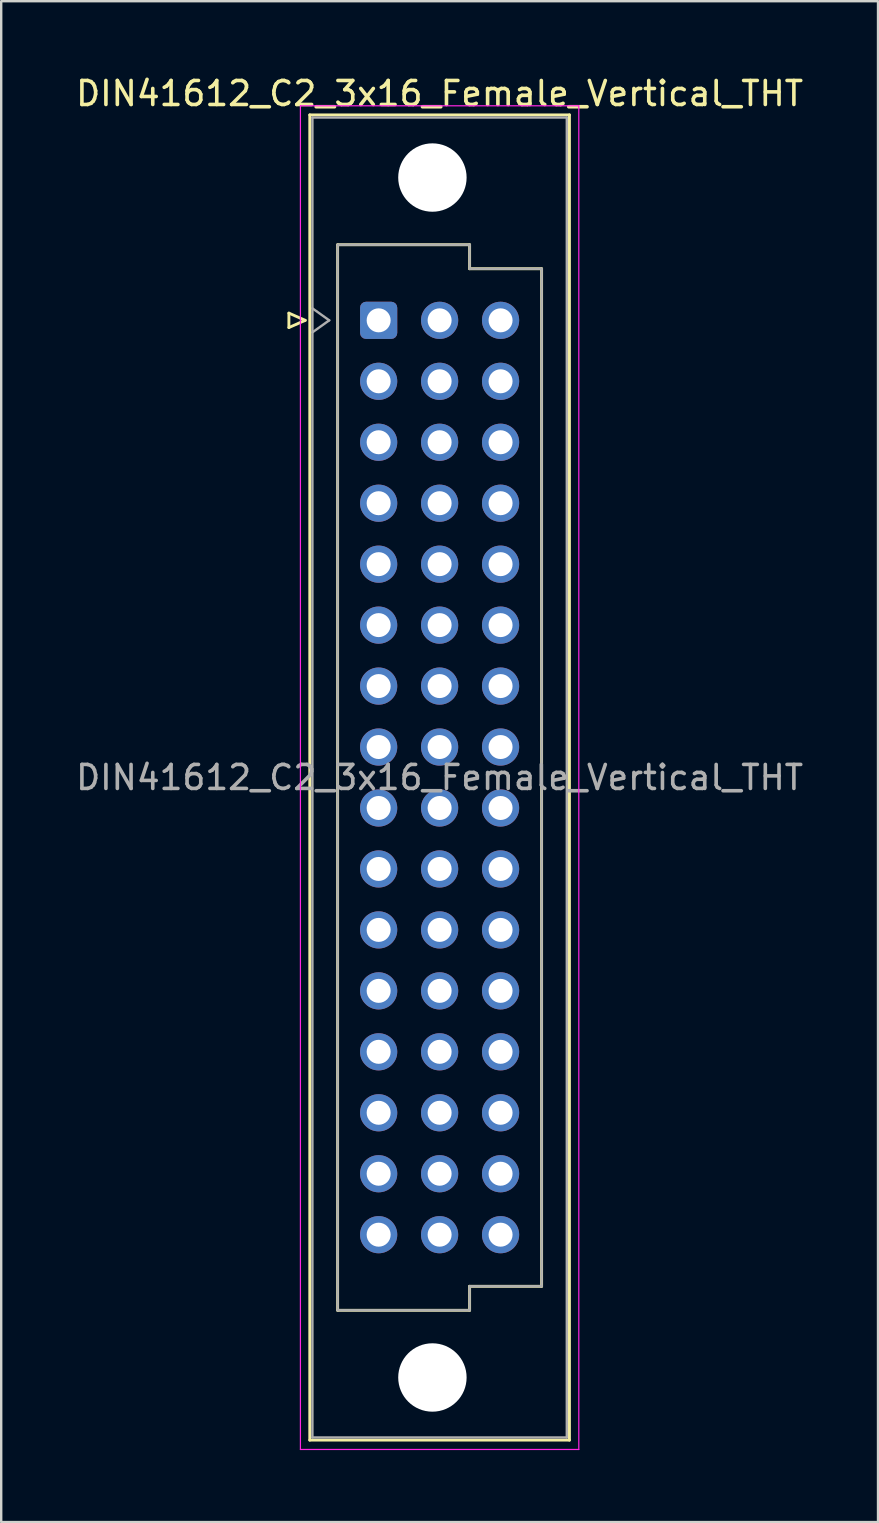
<source format=kicad_pcb>
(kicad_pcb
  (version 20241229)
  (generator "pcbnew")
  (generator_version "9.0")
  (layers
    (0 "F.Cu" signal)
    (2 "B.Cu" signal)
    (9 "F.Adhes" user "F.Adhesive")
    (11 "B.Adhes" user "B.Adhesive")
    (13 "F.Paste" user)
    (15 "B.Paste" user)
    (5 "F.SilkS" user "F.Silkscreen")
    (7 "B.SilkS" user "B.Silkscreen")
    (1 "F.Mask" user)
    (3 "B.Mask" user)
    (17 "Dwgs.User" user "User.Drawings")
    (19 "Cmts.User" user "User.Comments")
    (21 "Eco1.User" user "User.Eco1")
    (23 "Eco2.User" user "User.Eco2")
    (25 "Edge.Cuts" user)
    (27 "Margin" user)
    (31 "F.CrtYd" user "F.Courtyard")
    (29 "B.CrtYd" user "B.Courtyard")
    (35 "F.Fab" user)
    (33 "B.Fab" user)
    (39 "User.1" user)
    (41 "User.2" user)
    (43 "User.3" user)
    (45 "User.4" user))
  (footprint "DIN41612_C2_3x16_Female_Vertical_THT"
    (layer "F.Cu")
    (at 12.728 10.298)
    (property "Reference" "DIN41612_C2_3x16_Female_Vertical_THT" (at 2.54 -9.45 0) (layer "F.SilkS") (effects (font (size 1 1) (thickness 0.15))))
    (attr through_hole)
    (fp_line (start -3.74 -0.3) (end -3.74 0.3) (stroke (width 0.12) (type solid)) (layer "F.SilkS"))
    (fp_line (start -3.74 0.3) (end -3.06 0) (stroke (width 0.12) (type solid)) (layer "F.SilkS"))
    (fp_line (start -3.06 0) (end -3.74 -0.3) (stroke (width 0.12) (type solid)) (layer "F.SilkS"))
    (fp_line (start -2.87 -8.56) (end 7.95 -8.56) (stroke (width 0.12) (type solid)) (layer "F.SilkS"))
    (fp_line (start -2.87 46.66) (end -2.87 -8.56) (stroke (width 0.12) (type solid)) (layer "F.SilkS"))
    (fp_line (start -1.71 -3.15) (end 3.79 -3.15) (stroke (width 0.12) (type solid)) (layer "F.SilkS"))
    (fp_line (start -1.71 41.25) (end -1.71 -3.15) (stroke (width 0.12) (type solid)) (layer "F.SilkS"))
    (fp_line (start 3.79 -3.15) (end 3.79 -2.15) (stroke (width 0.12) (type solid)) (layer "F.SilkS"))
    (fp_line (start 3.79 -2.15) (end 6.79 -2.15) (stroke (width 0.12) (type solid)) (layer "F.SilkS"))
    (fp_line (start 3.79 40.25) (end 3.79 41.25) (stroke (width 0.12) (type solid)) (layer "F.SilkS"))
    (fp_line (start 3.79 41.25) (end -1.71 41.25) (stroke (width 0.12) (type solid)) (layer "F.SilkS"))
    (fp_line (start 6.79 -2.15) (end 6.79 40.25) (stroke (width 0.12) (type solid)) (layer "F.SilkS"))
    (fp_line (start 6.79 40.25) (end 3.79 40.25) (stroke (width 0.12) (type solid)) (layer "F.SilkS"))
    (fp_line (start 7.95 -8.56) (end 7.95 46.66) (stroke (width 0.12) (type solid)) (layer "F.SilkS"))
    (fp_line (start 7.95 46.66) (end -2.87 46.66) (stroke (width 0.12) (type solid)) (layer "F.SilkS"))
    (fp_line (start -3.26 -8.94) (end 8.34 -8.94) (stroke (width 0.05) (type solid)) (layer "F.CrtYd"))
    (fp_line (start -3.26 47.05) (end -3.26 -8.94) (stroke (width 0.05) (type solid)) (layer "F.CrtYd"))
    (fp_line (start 8.34 -8.94) (end 8.34 47.05) (stroke (width 0.05) (type solid)) (layer "F.CrtYd"))
    (fp_line (start 8.34 47.05) (end -3.26 47.05) (stroke (width 0.05) (type solid)) (layer "F.CrtYd"))
    (fp_line (start -2.76 -8.45) (end 7.84 -8.45) (stroke (width 0.1) (type solid)) (layer "F.Fab"))
    (fp_line (start -2.76 -0.5) (end -2.06 0) (stroke (width 0.1) (type solid)) (layer "F.Fab"))
    (fp_line (start -2.76 46.55) (end -2.76 -8.45) (stroke (width 0.1) (type solid)) (layer "F.Fab"))
    (fp_line (start -2.06 0) (end -2.76 0.5) (stroke (width 0.1) (type solid)) (layer "F.Fab"))
    (fp_line (start -1.71 -3.15) (end 3.79 -3.15) (stroke (width 0.1) (type solid)) (layer "F.Fab"))
    (fp_line (start -1.71 41.25) (end -1.71 -3.15) (stroke (width 0.1) (type solid)) (layer "F.Fab"))
    (fp_line (start 3.79 -3.15) (end 3.79 -2.15) (stroke (width 0.1) (type solid)) (layer "F.Fab"))
    (fp_line (start 3.79 -2.15) (end 6.79 -2.15) (stroke (width 0.1) (type solid)) (layer "F.Fab"))
    (fp_line (start 3.79 40.25) (end 3.79 41.25) (stroke (width 0.1) (type solid)) (layer "F.Fab"))
    (fp_line (start 3.79 41.25) (end -1.71 41.25) (stroke (width 0.1) (type solid)) (layer "F.Fab"))
    (fp_line (start 6.79 -2.15) (end 6.79 40.25) (stroke (width 0.1) (type solid)) (layer "F.Fab"))
    (fp_line (start 6.79 40.25) (end 3.79 40.25) (stroke (width 0.1) (type solid)) (layer "F.Fab"))
    (fp_line (start 7.84 -8.45) (end 7.84 46.55) (stroke (width 0.1) (type solid)) (layer "F.Fab"))
    (fp_line (start 7.84 46.55) (end -2.76 46.55) (stroke (width 0.1) (type solid)) (layer "F.Fab"))
    (fp_text user "${REFERENCE}" (at 2.54 19.05 0) (layer "F.Fab") (effects (font (size 1 1) (thickness 0.15))))
    (pad "" np_thru_hole circle (at 2.24 -5.95) (size 2.85 2.85) (drill 2.85) (layers "*.Cu" "*.Mask"))
    (pad "" np_thru_hole circle (at 2.24 44.05) (size 2.85 2.85) (drill 2.85) (layers "*.Cu" "*.Mask"))
    (pad "a1" thru_hole roundrect (at 0 0) (size 1.55 1.55) (drill 1) (layers "*.Cu" "*.Mask") (roundrect_rratio 0.161))
    (pad "a2" thru_hole circle (at 0 2.54) (size 1.55 1.55) (drill 1) (layers "*.Cu" "*.Mask"))
    (pad "a3" thru_hole circle (at 0 5.08) (size 1.55 1.55) (drill 1) (layers "*.Cu" "*.Mask"))
    (pad "a4" thru_hole circle (at 0 7.62) (size 1.55 1.55) (drill 1) (layers "*.Cu" "*.Mask"))
    (pad "a5" thru_hole circle (at 0 10.16) (size 1.55 1.55) (drill 1) (layers "*.Cu" "*.Mask"))
    (pad "a6" thru_hole circle (at 0 12.7) (size 1.55 1.55) (drill 1) (layers "*.Cu" "*.Mask"))
    (pad "a7" thru_hole circle (at 0 15.24) (size 1.55 1.55) (drill 1) (layers "*.Cu" "*.Mask"))
    (pad "a8" thru_hole circle (at 0 17.78) (size 1.55 1.55) (drill 1) (layers "*.Cu" "*.Mask"))
    (pad "a9" thru_hole circle (at 0 20.32) (size 1.55 1.55) (drill 1) (layers "*.Cu" "*.Mask"))
    (pad "a10" thru_hole circle (at 0 22.86) (size 1.55 1.55) (drill 1) (layers "*.Cu" "*.Mask"))
    (pad "a11" thru_hole circle (at 0 25.4) (size 1.55 1.55) (drill 1) (layers "*.Cu" "*.Mask"))
    (pad "a12" thru_hole circle (at 0 27.94) (size 1.55 1.55) (drill 1) (layers "*.Cu" "*.Mask"))
    (pad "a13" thru_hole circle (at 0 30.48) (size 1.55 1.55) (drill 1) (layers "*.Cu" "*.Mask"))
    (pad "a14" thru_hole circle (at 0 33.02) (size 1.55 1.55) (drill 1) (layers "*.Cu" "*.Mask"))
    (pad "a15" thru_hole circle (at 0 35.56) (size 1.55 1.55) (drill 1) (layers "*.Cu" "*.Mask"))
    (pad "a16" thru_hole circle (at 0 38.1) (size 1.55 1.55) (drill 1) (layers "*.Cu" "*.Mask"))
    (pad "b1" thru_hole circle (at 2.54 0) (size 1.55 1.55) (drill 1) (layers "*.Cu" "*.Mask"))
    (pad "b2" thru_hole circle (at 2.54 2.54) (size 1.55 1.55) (drill 1) (layers "*.Cu" "*.Mask"))
    (pad "b3" thru_hole circle (at 2.54 5.08) (size 1.55 1.55) (drill 1) (layers "*.Cu" "*.Mask"))
    (pad "b4" thru_hole circle (at 2.54 7.62) (size 1.55 1.55) (drill 1) (layers "*.Cu" "*.Mask"))
    (pad "b5" thru_hole circle (at 2.54 10.16) (size 1.55 1.55) (drill 1) (layers "*.Cu" "*.Mask"))
    (pad "b6" thru_hole circle (at 2.54 12.7) (size 1.55 1.55) (drill 1) (layers "*.Cu" "*.Mask"))
    (pad "b7" thru_hole circle (at 2.54 15.24) (size 1.55 1.55) (drill 1) (layers "*.Cu" "*.Mask"))
    (pad "b8" thru_hole circle (at 2.54 17.78) (size 1.55 1.55) (drill 1) (layers "*.Cu" "*.Mask"))
    (pad "b9" thru_hole circle (at 2.54 20.32) (size 1.55 1.55) (drill 1) (layers "*.Cu" "*.Mask"))
    (pad "b10" thru_hole circle (at 2.54 22.86) (size 1.55 1.55) (drill 1) (layers "*.Cu" "*.Mask"))
    (pad "b11" thru_hole circle (at 2.54 25.4) (size 1.55 1.55) (drill 1) (layers "*.Cu" "*.Mask"))
    (pad "b12" thru_hole circle (at 2.54 27.94) (size 1.55 1.55) (drill 1) (layers "*.Cu" "*.Mask"))
    (pad "b13" thru_hole circle (at 2.54 30.48) (size 1.55 1.55) (drill 1) (layers "*.Cu" "*.Mask"))
    (pad "b14" thru_hole circle (at 2.54 33.02) (size 1.55 1.55) (drill 1) (layers "*.Cu" "*.Mask"))
    (pad "b15" thru_hole circle (at 2.54 35.56) (size 1.55 1.55) (drill 1) (layers "*.Cu" "*.Mask"))
    (pad "b16" thru_hole circle (at 2.54 38.1) (size 1.55 1.55) (drill 1) (layers "*.Cu" "*.Mask"))
    (pad "c1" thru_hole circle (at 5.08 0) (size 1.55 1.55) (drill 1) (layers "*.Cu" "*.Mask"))
    (pad "c2" thru_hole circle (at 5.08 2.54) (size 1.55 1.55) (drill 1) (layers "*.Cu" "*.Mask"))
    (pad "c3" thru_hole circle (at 5.08 5.08) (size 1.55 1.55) (drill 1) (layers "*.Cu" "*.Mask"))
    (pad "c4" thru_hole circle (at 5.08 7.62) (size 1.55 1.55) (drill 1) (layers "*.Cu" "*.Mask"))
    (pad "c5" thru_hole circle (at 5.08 10.16) (size 1.55 1.55) (drill 1) (layers "*.Cu" "*.Mask"))
    (pad "c6" thru_hole circle (at 5.08 12.7) (size 1.55 1.55) (drill 1) (layers "*.Cu" "*.Mask"))
    (pad "c7" thru_hole circle (at 5.08 15.24) (size 1.55 1.55) (drill 1) (layers "*.Cu" "*.Mask"))
    (pad "c8" thru_hole circle (at 5.08 17.78) (size 1.55 1.55) (drill 1) (layers "*.Cu" "*.Mask"))
    (pad "c9" thru_hole circle (at 5.08 20.32) (size 1.55 1.55) (drill 1) (layers "*.Cu" "*.Mask"))
    (pad "c10" thru_hole circle (at 5.08 22.86) (size 1.55 1.55) (drill 1) (layers "*.Cu" "*.Mask"))
    (pad "c11" thru_hole circle (at 5.08 25.4) (size 1.55 1.55) (drill 1) (layers "*.Cu" "*.Mask"))
    (pad "c12" thru_hole circle (at 5.08 27.94) (size 1.55 1.55) (drill 1) (layers "*.Cu" "*.Mask"))
    (pad "c13" thru_hole circle (at 5.08 30.48) (size 1.55 1.55) (drill 1) (layers "*.Cu" "*.Mask"))
    (pad "c14" thru_hole circle (at 5.08 33.02) (size 1.55 1.55) (drill 1) (layers "*.Cu" "*.Mask"))
    (pad "c15" thru_hole circle (at 5.08 35.56) (size 1.55 1.55) (drill 1) (layers "*.Cu" "*.Mask"))
    (pad "c16" thru_hole circle (at 5.08 38.1) (size 1.55 1.55) (drill 1) (layers "*.Cu" "*.Mask")))
  (gr_rect
    (start -3 -3)
    (end 33.536 60.373)
    (stroke (width 0.1) (type default))
    (fill no)
    (layer "Edge.Cuts")))
</source>
